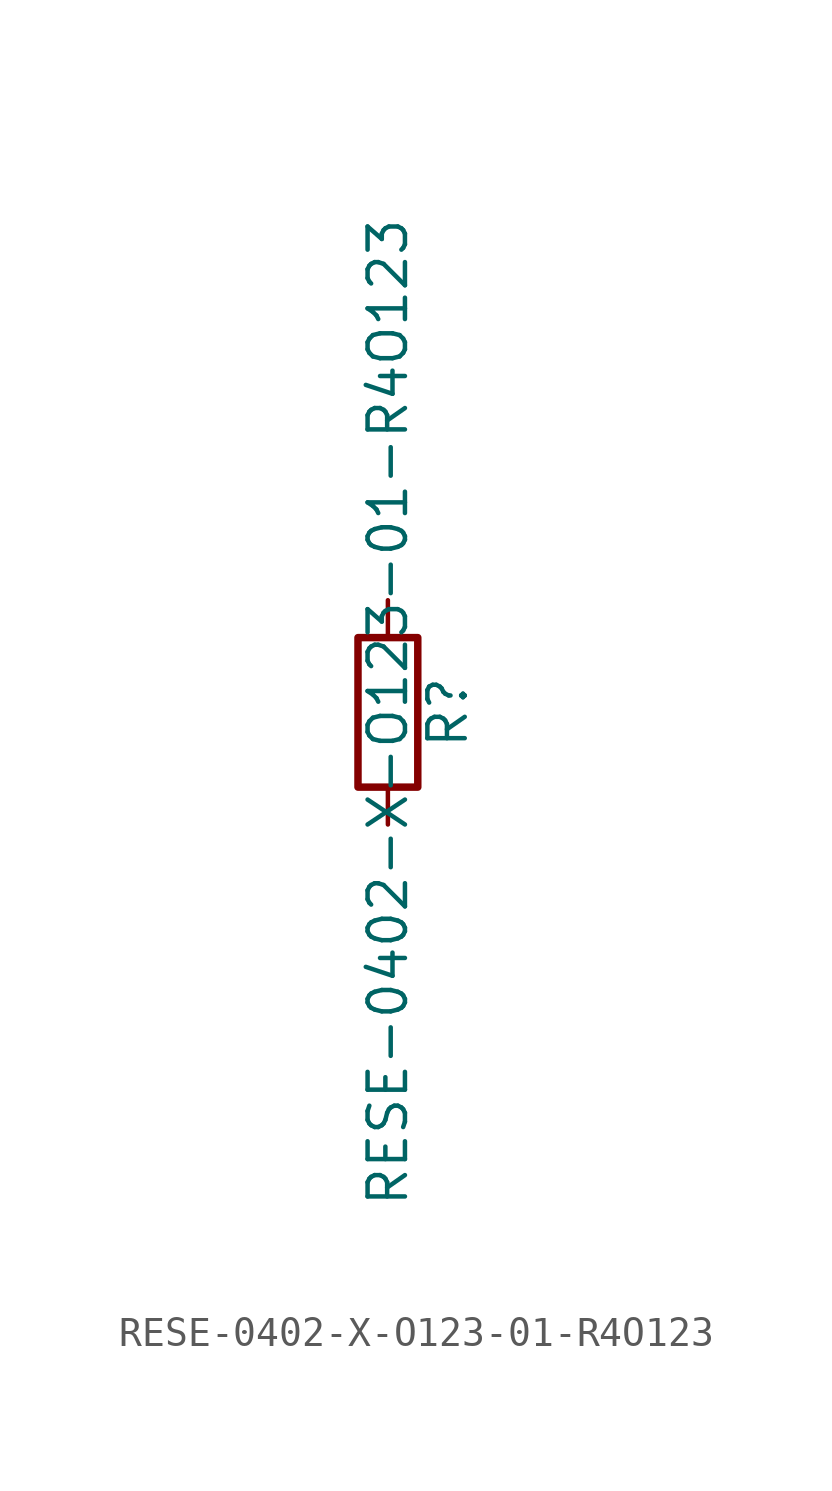
<source format=kicad_sym>
(kicad_symbol_lib
  (version 20211014)
  (generator kicad_symbol_editor)
  (symbol "RESE-0402-X-O123-01-R4O123"
    (pin_numbers hide)
    (pin_names
      (offset 0))
    (property "Reference" "R"
      (at 2.032 0 90)
      (effects (font (size 1.27 1.27))))
    (property "Value" "RESE-0402-X-O123-01-R4O123"
      (at 0 0 90)
      (effects (font (size 1.27 1.27))))
    (symbol "RESE-0402-X-O123-01-R4O123_0_1"
      (rectangle (start -1.016 -2.54) (end 1.016 2.54) (stroke (width 0.254) (type default) (color 0 0 0 0)) (fill (type none))))
    (symbol "RESE-0402-X-O123-01-R4O123_1_1"
      (pin passive line (at 0 3.81 270) (length 1.27) (name "~" (effects (font (size 1.27 1.27)))) (number "1" (effects (font (size 1.27 1.27)))))
      (pin passive line (at 0 -3.81 90) (length 1.27) (name "~" (effects (font (size 1.27 1.27)))) (number "2" (effects (font (size 1.27 1.27))))))))
</source>
